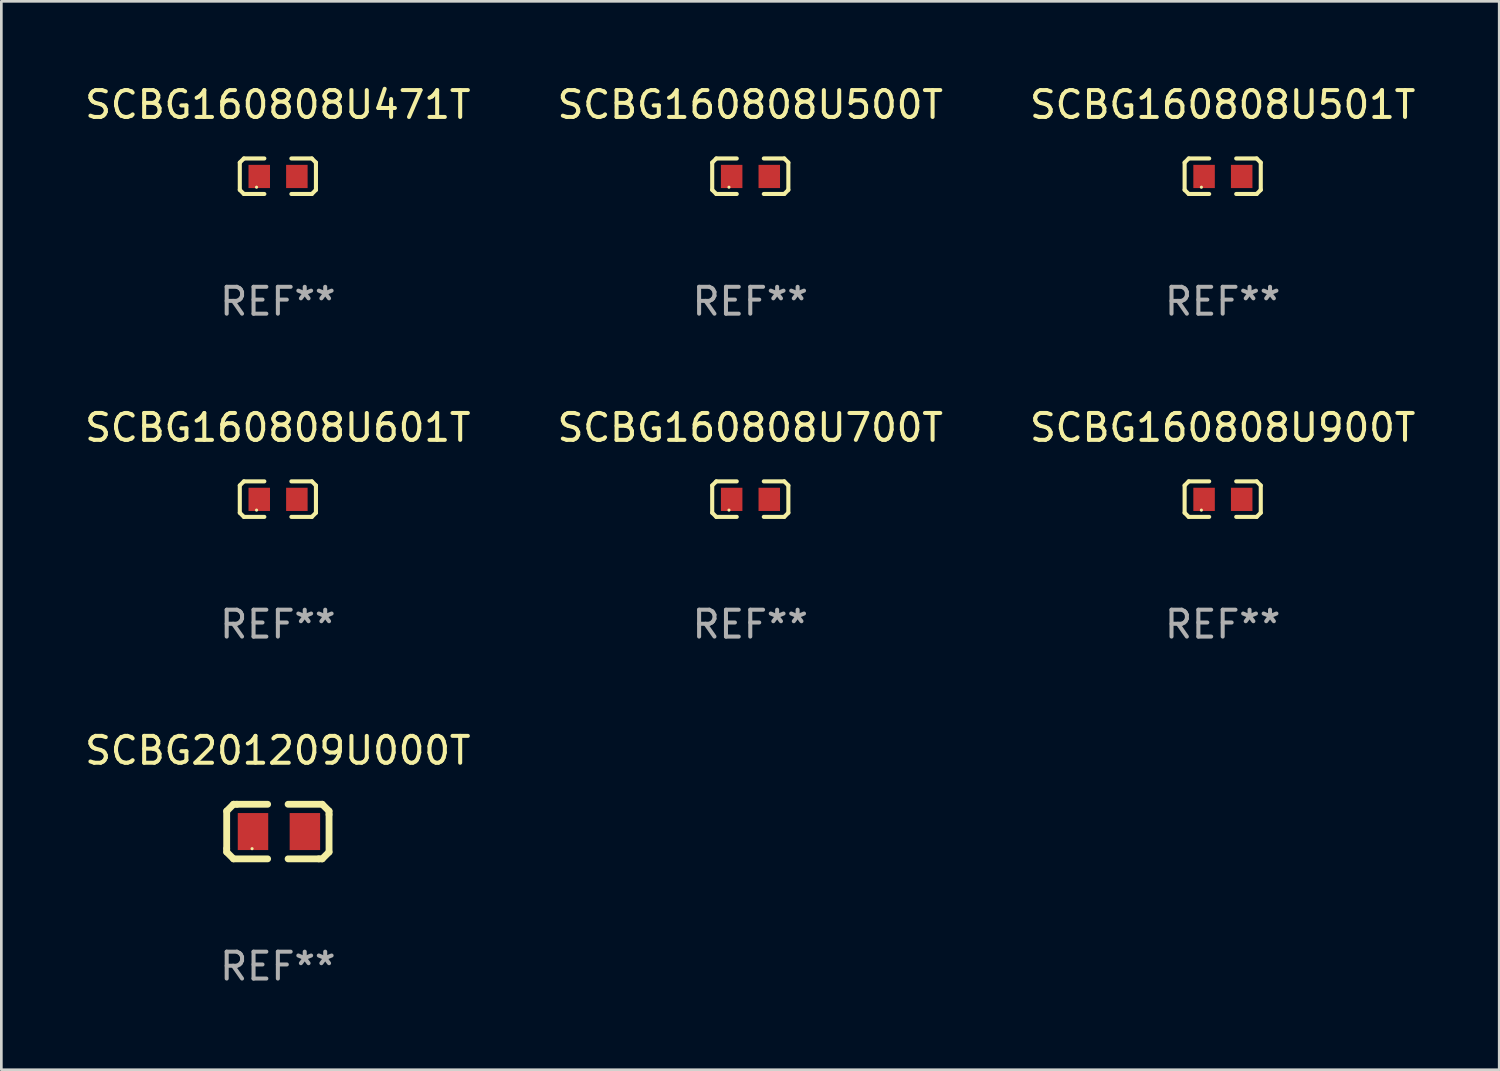
<source format=kicad_pcb>
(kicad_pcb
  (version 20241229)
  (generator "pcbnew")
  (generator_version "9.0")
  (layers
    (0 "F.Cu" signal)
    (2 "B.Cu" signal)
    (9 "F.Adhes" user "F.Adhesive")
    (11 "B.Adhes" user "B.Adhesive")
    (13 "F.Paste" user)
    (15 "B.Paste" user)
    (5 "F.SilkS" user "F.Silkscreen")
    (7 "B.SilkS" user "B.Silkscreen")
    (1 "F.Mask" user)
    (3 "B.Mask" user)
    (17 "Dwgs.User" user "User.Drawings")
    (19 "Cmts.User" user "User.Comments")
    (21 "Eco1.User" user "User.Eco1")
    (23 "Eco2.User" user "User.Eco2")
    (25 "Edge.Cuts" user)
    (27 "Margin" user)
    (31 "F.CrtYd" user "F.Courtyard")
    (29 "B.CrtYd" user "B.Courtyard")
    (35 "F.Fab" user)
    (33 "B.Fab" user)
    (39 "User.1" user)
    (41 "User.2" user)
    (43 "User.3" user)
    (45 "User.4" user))
  (footprint "SCBG160808U501T"
    (layer "F.Cu")
    (at 42.458 3.509)
    (property "Reference" "SCBG160808U501T" (at 0 -2.661 0) (layer "F.SilkS") (effects (font (size 1 1) (thickness 0.15))))
    (attr through_hole)
    (fp_line (start -1.417 -0.508) (end -1.265 -0.661) (stroke (width 0.152) (type solid)) (layer "F.SilkS"))
    (fp_line (start -1.417 0.508) (end -1.417 -0.508) (stroke (width 0.152) (type solid)) (layer "F.SilkS"))
    (fp_line (start -1.265 -0.661) (end -0.503 -0.661) (stroke (width 0.152) (type solid)) (layer "F.SilkS"))
    (fp_line (start -1.265 0.661) (end -1.417 0.508) (stroke (width 0.152) (type solid)) (layer "F.SilkS"))
    (fp_line (start -1.265 0.661) (end -0.503 0.661) (stroke (width 0.152) (type solid)) (layer "F.SilkS"))
    (fp_line (start 1.265 -0.661) (end 0.503 -0.661) (stroke (width 0.152) (type solid)) (layer "F.SilkS"))
    (fp_line (start 1.265 -0.661) (end 1.417 -0.508) (stroke (width 0.152) (type solid)) (layer "F.SilkS"))
    (fp_line (start 1.265 0.661) (end 0.503 0.661) (stroke (width 0.152) (type solid)) (layer "F.SilkS"))
    (fp_line (start 1.417 -0.508) (end 1.417 0.508) (stroke (width 0.152) (type solid)) (layer "F.SilkS"))
    (fp_line (start 1.417 0.508) (end 1.265 0.661) (stroke (width 0.152) (type solid)) (layer "F.SilkS"))
    (fp_circle (center -0.793 0.409) (end -0.763 0.409) (stroke (width 0.06) (type solid)) (fill no) (layer "F.SilkS"))
    (fp_text user "REF**" (at 0 4.661 0) (layer "F.Fab") (effects (font (size 1 1) (thickness 0.15))))
    (pad "1" smd rect (at -0.693 0.009 180) (size 0.8 0.864) (layers "F.Cu" "F.Mask" "F.Paste"))
    (pad "2" smd rect (at 0.707 0.009 180) (size 0.8 0.864) (layers "F.Cu" "F.Mask" "F.Paste")))
  (footprint "SCBG160808U500T"
    (layer "F.Cu")
    (at 24.875 3.509)
    (property "Reference" "SCBG160808U500T" (at 0 -2.661 0) (layer "F.SilkS") (effects (font (size 1 1) (thickness 0.15))))
    (attr through_hole)
    (fp_line (start -1.417 -0.508) (end -1.265 -0.661) (stroke (width 0.152) (type solid)) (layer "F.SilkS"))
    (fp_line (start -1.417 0.508) (end -1.417 -0.508) (stroke (width 0.152) (type solid)) (layer "F.SilkS"))
    (fp_line (start -1.265 -0.661) (end -0.503 -0.661) (stroke (width 0.152) (type solid)) (layer "F.SilkS"))
    (fp_line (start -1.265 0.661) (end -1.417 0.508) (stroke (width 0.152) (type solid)) (layer "F.SilkS"))
    (fp_line (start -1.265 0.661) (end -0.503 0.661) (stroke (width 0.152) (type solid)) (layer "F.SilkS"))
    (fp_line (start 1.265 -0.661) (end 0.503 -0.661) (stroke (width 0.152) (type solid)) (layer "F.SilkS"))
    (fp_line (start 1.265 -0.661) (end 1.417 -0.508) (stroke (width 0.152) (type solid)) (layer "F.SilkS"))
    (fp_line (start 1.265 0.661) (end 0.503 0.661) (stroke (width 0.152) (type solid)) (layer "F.SilkS"))
    (fp_line (start 1.417 -0.508) (end 1.417 0.508) (stroke (width 0.152) (type solid)) (layer "F.SilkS"))
    (fp_line (start 1.417 0.508) (end 1.265 0.661) (stroke (width 0.152) (type solid)) (layer "F.SilkS"))
    (fp_circle (center -0.793 0.409) (end -0.763 0.409) (stroke (width 0.06) (type solid)) (fill no) (layer "F.SilkS"))
    (fp_text user "REF**" (at 0 4.661 0) (layer "F.Fab") (effects (font (size 1 1) (thickness 0.15))))
    (pad "1" smd rect (at -0.693 0.009 180) (size 0.8 0.864) (layers "F.Cu" "F.Mask" "F.Paste"))
    (pad "2" smd rect (at 0.707 0.009 180) (size 0.8 0.864) (layers "F.Cu" "F.Mask" "F.Paste")))
  (footprint "SCBG160808U471T"
    (layer "F.Cu")
    (at 7.292 3.509)
    (property "Reference" "SCBG160808U471T" (at 0 -2.661 0) (layer "F.SilkS") (effects (font (size 1 1) (thickness 0.15))))
    (attr through_hole)
    (fp_line (start -1.417 -0.508) (end -1.265 -0.661) (stroke (width 0.152) (type solid)) (layer "F.SilkS"))
    (fp_line (start -1.417 0.508) (end -1.417 -0.508) (stroke (width 0.152) (type solid)) (layer "F.SilkS"))
    (fp_line (start -1.265 -0.661) (end -0.503 -0.661) (stroke (width 0.152) (type solid)) (layer "F.SilkS"))
    (fp_line (start -1.265 0.661) (end -1.417 0.508) (stroke (width 0.152) (type solid)) (layer "F.SilkS"))
    (fp_line (start -1.265 0.661) (end -0.503 0.661) (stroke (width 0.152) (type solid)) (layer "F.SilkS"))
    (fp_line (start 1.265 -0.661) (end 0.503 -0.661) (stroke (width 0.152) (type solid)) (layer "F.SilkS"))
    (fp_line (start 1.265 -0.661) (end 1.417 -0.508) (stroke (width 0.152) (type solid)) (layer "F.SilkS"))
    (fp_line (start 1.265 0.661) (end 0.503 0.661) (stroke (width 0.152) (type solid)) (layer "F.SilkS"))
    (fp_line (start 1.417 -0.508) (end 1.417 0.508) (stroke (width 0.152) (type solid)) (layer "F.SilkS"))
    (fp_line (start 1.417 0.508) (end 1.265 0.661) (stroke (width 0.152) (type solid)) (layer "F.SilkS"))
    (fp_circle (center -0.793 0.409) (end -0.763 0.409) (stroke (width 0.06) (type solid)) (fill no) (layer "F.SilkS"))
    (fp_text user "REF**" (at 0 4.661 0) (layer "F.Fab") (effects (font (size 1 1) (thickness 0.15))))
    (pad "1" smd rect (at -0.693 0.009 180) (size 0.8 0.864) (layers "F.Cu" "F.Mask" "F.Paste"))
    (pad "2" smd rect (at 0.707 0.009 180) (size 0.8 0.864) (layers "F.Cu" "F.Mask" "F.Paste")))
  (footprint "SCBG201209U000T"
    (layer "F.Cu")
    (at 7.292 27.9)
    (property "Reference" "SCBG201209U000T" (at 0 -3.016 0) (layer "F.SilkS") (effects (font (size 1 1) (thickness 0.15))))
    (attr through_hole)
    (fp_line (start -1.905 -0.762) (end -1.905 0.635) (stroke (width 0.254) (type solid)) (layer "F.SilkS"))
    (fp_line (start -1.905 0.635) (end -1.905 0.762) (stroke (width 0.254) (type solid)) (layer "F.SilkS"))
    (fp_line (start -1.905 0.762) (end -1.651 1.016) (stroke (width 0.254) (type solid)) (layer "F.SilkS"))
    (fp_line (start -1.651 -1.016) (end -1.905 -0.762) (stroke (width 0.254) (type solid)) (layer "F.SilkS"))
    (fp_line (start -1.651 1.016) (end -0.381 1.016) (stroke (width 0.254) (type solid)) (layer "F.SilkS"))
    (fp_line (start -1.524 -1.016) (end -1.651 -1.016) (stroke (width 0.254) (type solid)) (layer "F.SilkS"))
    (fp_line (start -0.381 -1.016) (end -1.524 -1.016) (stroke (width 0.254) (type solid)) (layer "F.SilkS"))
    (fp_line (start 0.381 1.016) (end 1.524 1.016) (stroke (width 0.254) (type solid)) (layer "F.SilkS"))
    (fp_line (start 1.524 1.016) (end 1.651 1.016) (stroke (width 0.254) (type solid)) (layer "F.SilkS"))
    (fp_line (start 1.651 -1.016) (end 0.381 -1.016) (stroke (width 0.254) (type solid)) (layer "F.SilkS"))
    (fp_line (start 1.651 1.016) (end 1.905 0.762) (stroke (width 0.254) (type solid)) (layer "F.SilkS"))
    (fp_line (start 1.905 -0.762) (end 1.651 -1.016) (stroke (width 0.254) (type solid)) (layer "F.SilkS"))
    (fp_line (start 1.905 -0.635) (end 1.905 -0.762) (stroke (width 0.254) (type solid)) (layer "F.SilkS"))
    (fp_line (start 1.905 0.762) (end 1.905 -0.635) (stroke (width 0.254) (type solid)) (layer "F.SilkS"))
    (fp_circle (center -0.96 0.637) (end -0.93 0.637) (stroke (width 0.06) (type solid)) (fill no) (layer "F.SilkS"))
    (fp_text user "REF**" (at 0 5.016 0) (layer "F.Fab") (effects (font (size 1 1) (thickness 0.15))))
    (pad "1" smd rect (at -0.926 -0.000051) (size 1.133 1.377) (layers "F.Cu" "F.Mask" "F.Paste"))
    (pad "2" smd rect (at 1.006 -0.000051) (size 1.133 1.377) (layers "F.Cu" "F.Mask" "F.Paste")))
  (footprint "SCBG160808U900T"
    (layer "F.Cu")
    (at 42.458 15.527)
    (property "Reference" "SCBG160808U900T" (at 0 -2.661 0) (layer "F.SilkS") (effects (font (size 1 1) (thickness 0.15))))
    (attr through_hole)
    (fp_line (start -1.417 -0.508) (end -1.265 -0.661) (stroke (width 0.152) (type solid)) (layer "F.SilkS"))
    (fp_line (start -1.417 0.508) (end -1.417 -0.508) (stroke (width 0.152) (type solid)) (layer "F.SilkS"))
    (fp_line (start -1.265 -0.661) (end -0.503 -0.661) (stroke (width 0.152) (type solid)) (layer "F.SilkS"))
    (fp_line (start -1.265 0.661) (end -1.417 0.508) (stroke (width 0.152) (type solid)) (layer "F.SilkS"))
    (fp_line (start -1.265 0.661) (end -0.503 0.661) (stroke (width 0.152) (type solid)) (layer "F.SilkS"))
    (fp_line (start 1.265 -0.661) (end 0.503 -0.661) (stroke (width 0.152) (type solid)) (layer "F.SilkS"))
    (fp_line (start 1.265 -0.661) (end 1.417 -0.508) (stroke (width 0.152) (type solid)) (layer "F.SilkS"))
    (fp_line (start 1.265 0.661) (end 0.503 0.661) (stroke (width 0.152) (type solid)) (layer "F.SilkS"))
    (fp_line (start 1.417 -0.508) (end 1.417 0.508) (stroke (width 0.152) (type solid)) (layer "F.SilkS"))
    (fp_line (start 1.417 0.508) (end 1.265 0.661) (stroke (width 0.152) (type solid)) (layer "F.SilkS"))
    (fp_circle (center -0.793 0.409) (end -0.763 0.409) (stroke (width 0.06) (type solid)) (fill no) (layer "F.SilkS"))
    (fp_text user "REF**" (at 0 4.661 0) (layer "F.Fab") (effects (font (size 1 1) (thickness 0.15))))
    (pad "1" smd rect (at -0.693 0.009 180) (size 0.8 0.864) (layers "F.Cu" "F.Mask" "F.Paste"))
    (pad "2" smd rect (at 0.707 0.009 180) (size 0.8 0.864) (layers "F.Cu" "F.Mask" "F.Paste")))
  (footprint "SCBG160808U700T"
    (layer "F.Cu")
    (at 24.875 15.527)
    (property "Reference" "SCBG160808U700T" (at 0 -2.661 0) (layer "F.SilkS") (effects (font (size 1 1) (thickness 0.15))))
    (attr through_hole)
    (fp_line (start -1.417 -0.508) (end -1.265 -0.661) (stroke (width 0.152) (type solid)) (layer "F.SilkS"))
    (fp_line (start -1.417 0.508) (end -1.417 -0.508) (stroke (width 0.152) (type solid)) (layer "F.SilkS"))
    (fp_line (start -1.265 -0.661) (end -0.503 -0.661) (stroke (width 0.152) (type solid)) (layer "F.SilkS"))
    (fp_line (start -1.265 0.661) (end -1.417 0.508) (stroke (width 0.152) (type solid)) (layer "F.SilkS"))
    (fp_line (start -1.265 0.661) (end -0.503 0.661) (stroke (width 0.152) (type solid)) (layer "F.SilkS"))
    (fp_line (start 1.265 -0.661) (end 0.503 -0.661) (stroke (width 0.152) (type solid)) (layer "F.SilkS"))
    (fp_line (start 1.265 -0.661) (end 1.417 -0.508) (stroke (width 0.152) (type solid)) (layer "F.SilkS"))
    (fp_line (start 1.265 0.661) (end 0.503 0.661) (stroke (width 0.152) (type solid)) (layer "F.SilkS"))
    (fp_line (start 1.417 -0.508) (end 1.417 0.508) (stroke (width 0.152) (type solid)) (layer "F.SilkS"))
    (fp_line (start 1.417 0.508) (end 1.265 0.661) (stroke (width 0.152) (type solid)) (layer "F.SilkS"))
    (fp_circle (center -0.793 0.409) (end -0.763 0.409) (stroke (width 0.06) (type solid)) (fill no) (layer "F.SilkS"))
    (fp_text user "REF**" (at 0 4.661 0) (layer "F.Fab") (effects (font (size 1 1) (thickness 0.15))))
    (pad "1" smd rect (at -0.693 0.009 180) (size 0.8 0.864) (layers "F.Cu" "F.Mask" "F.Paste"))
    (pad "2" smd rect (at 0.707 0.009 180) (size 0.8 0.864) (layers "F.Cu" "F.Mask" "F.Paste")))
  (footprint "SCBG160808U601T"
    (layer "F.Cu")
    (at 7.292 15.527)
    (property "Reference" "SCBG160808U601T" (at 0 -2.661 0) (layer "F.SilkS") (effects (font (size 1 1) (thickness 0.15))))
    (attr through_hole)
    (fp_line (start -1.417 -0.508) (end -1.265 -0.661) (stroke (width 0.152) (type solid)) (layer "F.SilkS"))
    (fp_line (start -1.417 0.508) (end -1.417 -0.508) (stroke (width 0.152) (type solid)) (layer "F.SilkS"))
    (fp_line (start -1.265 -0.661) (end -0.503 -0.661) (stroke (width 0.152) (type solid)) (layer "F.SilkS"))
    (fp_line (start -1.265 0.661) (end -1.417 0.508) (stroke (width 0.152) (type solid)) (layer "F.SilkS"))
    (fp_line (start -1.265 0.661) (end -0.503 0.661) (stroke (width 0.152) (type solid)) (layer "F.SilkS"))
    (fp_line (start 1.265 -0.661) (end 0.503 -0.661) (stroke (width 0.152) (type solid)) (layer "F.SilkS"))
    (fp_line (start 1.265 -0.661) (end 1.417 -0.508) (stroke (width 0.152) (type solid)) (layer "F.SilkS"))
    (fp_line (start 1.265 0.661) (end 0.503 0.661) (stroke (width 0.152) (type solid)) (layer "F.SilkS"))
    (fp_line (start 1.417 -0.508) (end 1.417 0.508) (stroke (width 0.152) (type solid)) (layer "F.SilkS"))
    (fp_line (start 1.417 0.508) (end 1.265 0.661) (stroke (width 0.152) (type solid)) (layer "F.SilkS"))
    (fp_circle (center -0.793 0.409) (end -0.763 0.409) (stroke (width 0.06) (type solid)) (fill no) (layer "F.SilkS"))
    (fp_text user "REF**" (at 0 4.661 0) (layer "F.Fab") (effects (font (size 1 1) (thickness 0.15))))
    (pad "1" smd rect (at -0.693 0.009 180) (size 0.8 0.864) (layers "F.Cu" "F.Mask" "F.Paste"))
    (pad "2" smd rect (at 0.707 0.009 180) (size 0.8 0.864) (layers "F.Cu" "F.Mask" "F.Paste")))
  (gr_rect
    (start -3 -3)
    (end 52.75 36.764)
    (stroke (width 0.1) (type default))
    (fill no)
    (layer "Edge.Cuts")))
</source>
